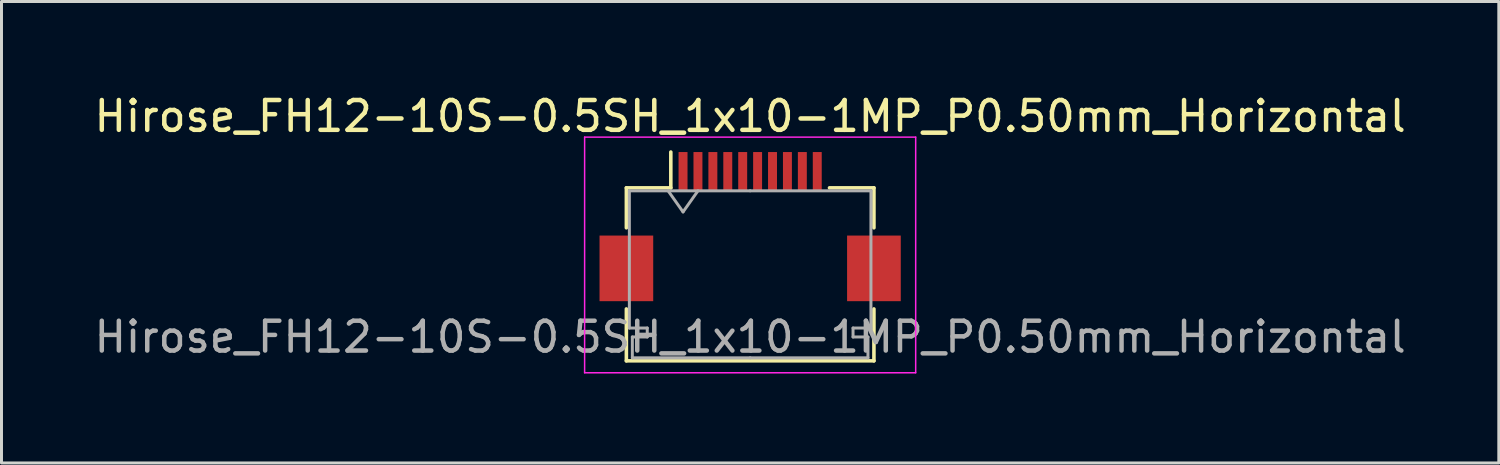
<source format=kicad_pcb>
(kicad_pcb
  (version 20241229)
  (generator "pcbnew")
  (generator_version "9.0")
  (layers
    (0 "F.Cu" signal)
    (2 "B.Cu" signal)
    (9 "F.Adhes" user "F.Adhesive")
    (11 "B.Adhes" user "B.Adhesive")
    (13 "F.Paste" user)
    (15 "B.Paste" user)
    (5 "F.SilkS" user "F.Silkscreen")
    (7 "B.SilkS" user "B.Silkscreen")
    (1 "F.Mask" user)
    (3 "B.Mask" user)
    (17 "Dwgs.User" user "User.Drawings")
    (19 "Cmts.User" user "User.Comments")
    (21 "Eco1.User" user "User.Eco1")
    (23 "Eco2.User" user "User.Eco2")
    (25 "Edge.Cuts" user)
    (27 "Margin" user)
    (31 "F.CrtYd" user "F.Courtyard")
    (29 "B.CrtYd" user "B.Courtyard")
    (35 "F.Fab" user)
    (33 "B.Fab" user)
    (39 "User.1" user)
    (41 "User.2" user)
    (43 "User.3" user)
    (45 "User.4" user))
  (footprint "Hirose_FH12-10S-0.5SH_1x10-1MP_P0.50mm_Horizontal"
    (layer "F.Cu")
    (at 22.101 4.548)
    (property "Reference" "Hirose_FH12-10S-0.5SH_1x10-1MP_P0.50mm_Horizontal" (at 0 -3.7 0) (layer "F.SilkS") (effects (font (size 1 1) (thickness 0.15))))
    (attr smd)
    (fp_line (start -4.15 -1.3) (end -4.15 0.04) (stroke (width 0.12) (type solid)) (layer "F.SilkS"))
    (fp_line (start -4.15 2.76) (end -4.15 4.5) (stroke (width 0.12) (type solid)) (layer "F.SilkS"))
    (fp_line (start -4.15 4.5) (end 4.15 4.5) (stroke (width 0.12) (type solid)) (layer "F.SilkS"))
    (fp_line (start -2.66 -1.3) (end -4.15 -1.3) (stroke (width 0.12) (type solid)) (layer "F.SilkS"))
    (fp_line (start -2.66 -1.3) (end -2.66 -2.5) (stroke (width 0.12) (type solid)) (layer "F.SilkS"))
    (fp_line (start 2.66 -1.3) (end 4.15 -1.3) (stroke (width 0.12) (type solid)) (layer "F.SilkS"))
    (fp_line (start 4.15 -1.3) (end 4.15 0.04) (stroke (width 0.12) (type solid)) (layer "F.SilkS"))
    (fp_line (start 4.15 4.5) (end 4.15 2.76) (stroke (width 0.12) (type solid)) (layer "F.SilkS"))
    (fp_line (start -5.55 -3) (end -5.55 4.9) (stroke (width 0.05) (type solid)) (layer "F.CrtYd"))
    (fp_line (start -5.55 4.9) (end 5.55 4.9) (stroke (width 0.05) (type solid)) (layer "F.CrtYd"))
    (fp_line (start 5.55 -3) (end -5.55 -3) (stroke (width 0.05) (type solid)) (layer "F.CrtYd"))
    (fp_line (start 5.55 4.9) (end 5.55 -3) (stroke (width 0.05) (type solid)) (layer "F.CrtYd"))
    (fp_line (start -4.05 -1.2) (end -4.05 3.4) (stroke (width 0.1) (type solid)) (layer "F.Fab"))
    (fp_line (start -4.05 3.4) (end -3.45 3.4) (stroke (width 0.1) (type solid)) (layer "F.Fab"))
    (fp_line (start -3.95 3.7) (end -3.95 4.4) (stroke (width 0.1) (type solid)) (layer "F.Fab"))
    (fp_line (start -3.95 4.4) (end 0 4.4) (stroke (width 0.1) (type solid)) (layer "F.Fab"))
    (fp_line (start -3.45 3.4) (end -3.45 3.7) (stroke (width 0.1) (type solid)) (layer "F.Fab"))
    (fp_line (start -3.45 3.7) (end -3.95 3.7) (stroke (width 0.1) (type solid)) (layer "F.Fab"))
    (fp_line (start -2.75 -1.2) (end -2.25 -0.493) (stroke (width 0.1) (type solid)) (layer "F.Fab"))
    (fp_line (start -2.25 -0.493) (end -1.75 -1.2) (stroke (width 0.1) (type solid)) (layer "F.Fab"))
    (fp_line (start 0 -1.2) (end -4.05 -1.2) (stroke (width 0.1) (type solid)) (layer "F.Fab"))
    (fp_line (start 0 -1.2) (end 4.05 -1.2) (stroke (width 0.1) (type solid)) (layer "F.Fab"))
    (fp_line (start 3.45 3.4) (end 3.45 3.7) (stroke (width 0.1) (type solid)) (layer "F.Fab"))
    (fp_line (start 3.45 3.7) (end 3.95 3.7) (stroke (width 0.1) (type solid)) (layer "F.Fab"))
    (fp_line (start 3.95 3.7) (end 3.95 4.4) (stroke (width 0.1) (type solid)) (layer "F.Fab"))
    (fp_line (start 3.95 4.4) (end 0 4.4) (stroke (width 0.1) (type solid)) (layer "F.Fab"))
    (fp_line (start 4.05 -1.2) (end 4.05 3.4) (stroke (width 0.1) (type solid)) (layer "F.Fab"))
    (fp_line (start 4.05 3.4) (end 3.45 3.4) (stroke (width 0.1) (type solid)) (layer "F.Fab"))
    (fp_text user "${REFERENCE}" (at 0 3.7 0) (layer "F.Fab") (effects (font (size 1 1) (thickness 0.15))))
    (pad "1" smd rect (at -2.25 -1.85) (size 0.3 1.3) (layers "F.Cu" "F.Mask" "F.Paste"))
    (pad "2" smd rect (at -1.75 -1.85) (size 0.3 1.3) (layers "F.Cu" "F.Mask" "F.Paste"))
    (pad "3" smd rect (at -1.25 -1.85) (size 0.3 1.3) (layers "F.Cu" "F.Mask" "F.Paste"))
    (pad "4" smd rect (at -0.75 -1.85) (size 0.3 1.3) (layers "F.Cu" "F.Mask" "F.Paste"))
    (pad "5" smd rect (at -0.25 -1.85) (size 0.3 1.3) (layers "F.Cu" "F.Mask" "F.Paste"))
    (pad "6" smd rect (at 0.25 -1.85) (size 0.3 1.3) (layers "F.Cu" "F.Mask" "F.Paste"))
    (pad "7" smd rect (at 0.75 -1.85) (size 0.3 1.3) (layers "F.Cu" "F.Mask" "F.Paste"))
    (pad "8" smd rect (at 1.25 -1.85) (size 0.3 1.3) (layers "F.Cu" "F.Mask" "F.Paste"))
    (pad "9" smd rect (at 1.75 -1.85) (size 0.3 1.3) (layers "F.Cu" "F.Mask" "F.Paste"))
    (pad "10" smd rect (at 2.25 -1.85) (size 0.3 1.3) (layers "F.Cu" "F.Mask" "F.Paste"))
    (pad "MP" smd rect (at -4.15 1.4) (size 1.8 2.2) (layers "F.Cu" "F.Mask" "F.Paste"))
    (pad "MP" smd rect (at 4.15 1.4) (size 1.8 2.2) (layers "F.Cu" "F.Mask" "F.Paste")))
  (gr_rect
    (start -3 -3)
    (end 47.202 12.473)
    (stroke (width 0.1) (type default))
    (fill no)
    (layer "Edge.Cuts")))
</source>
